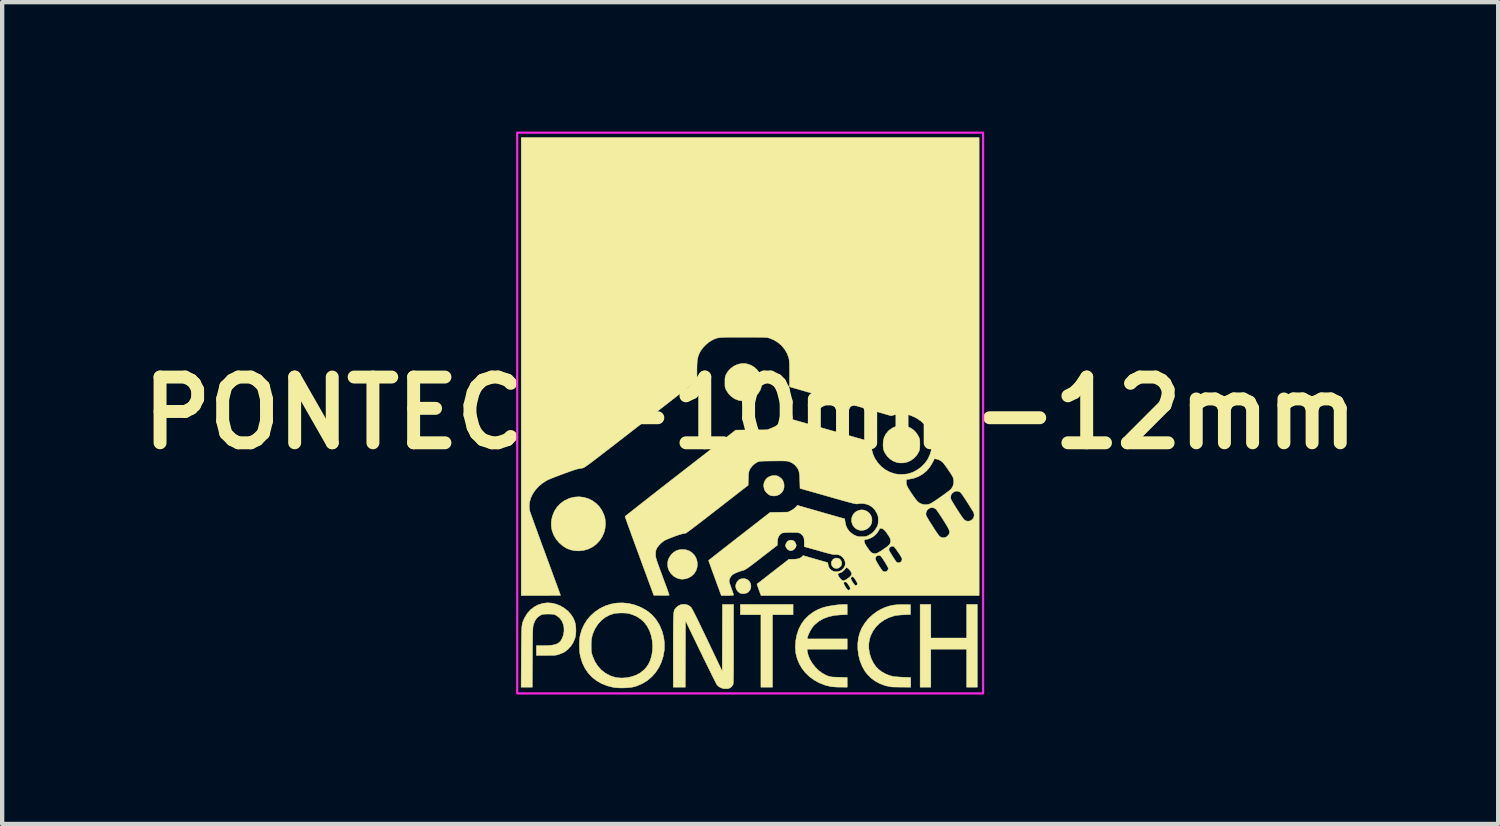
<source format=kicad_pcb>
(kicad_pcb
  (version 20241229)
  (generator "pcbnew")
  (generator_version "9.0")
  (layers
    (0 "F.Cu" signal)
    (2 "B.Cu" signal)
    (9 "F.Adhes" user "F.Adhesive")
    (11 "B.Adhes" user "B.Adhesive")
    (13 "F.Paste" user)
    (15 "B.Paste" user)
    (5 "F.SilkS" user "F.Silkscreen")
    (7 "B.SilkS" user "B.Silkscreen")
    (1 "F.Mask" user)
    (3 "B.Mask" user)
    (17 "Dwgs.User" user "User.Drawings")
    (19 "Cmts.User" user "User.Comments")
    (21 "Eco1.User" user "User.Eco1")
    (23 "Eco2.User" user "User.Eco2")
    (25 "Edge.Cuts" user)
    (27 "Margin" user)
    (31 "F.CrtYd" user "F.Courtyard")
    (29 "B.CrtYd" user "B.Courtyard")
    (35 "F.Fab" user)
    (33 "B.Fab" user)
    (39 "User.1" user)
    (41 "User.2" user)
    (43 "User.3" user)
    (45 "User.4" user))
  (footprint "PONTECH-10mm-12mm"
    (layer "F.Cu")
    (at 14.34 6.525)
    (property "Reference" "PONTECH-10mm-12mm" (at 0 0 0) (layer "F.SilkS") (effects (font (size 1.524 1.524) (thickness 0.3))))
    (attr through_hole)
    (fp_poly (pts (xy 0.995 4.676) (xy 0.518 4.676) (xy 0.518 6.355) (xy 0.249 6.355) (xy 0.249 4.676) (xy -0.228 4.676) (xy -0.228 4.437) (xy 0.995 4.437) (xy 0.995 4.676)) (stroke (width 0.01) (type solid)) (fill yes) (layer "F.SilkS"))
    (fp_poly (pts (xy 4.188 5.215) (xy 5.018 5.215) (xy 5.018 4.437) (xy 5.267 4.437) (xy 5.267 6.355) (xy 5.018 6.355) (xy 5.018 5.474) (xy 4.188 5.474) (xy 4.188 6.355) (xy 3.94 6.355) (xy 3.94 4.437) (xy 4.188 4.437) (xy 4.188 5.215)) (stroke (width 0.01) (type solid)) (fill yes) (layer "F.SilkS"))
    (fp_poly (pts (xy 2.037 3.365) (xy 2.078 3.385) (xy 2.107 3.422) (xy 2.108 3.425) (xy 2.124 3.473) (xy 2.121 3.514) (xy 2.099 3.552) (xy 2.092 3.561) (xy 2.051 3.592) (xy 2.005 3.603) (xy 1.963 3.597) (xy 1.925 3.576) (xy 1.897 3.542) (xy 1.882 3.501) (xy 1.882 3.459) (xy 1.89 3.435) (xy 1.92 3.393) (xy 1.959 3.369) (xy 1.988 3.362) (xy 2.037 3.365)) (stroke (width 0.01) (type solid)) (fill yes) (layer "F.SilkS"))
    (fp_poly (pts (xy 1.005 2.959) (xy 1.032 2.983) (xy 1.054 3.018) (xy 1.067 3.057) (xy 1.068 3.07) (xy 1.059 3.106) (xy 1.036 3.142) (xy 1.005 3.17) (xy 0.99 3.178) (xy 0.958 3.19) (xy 0.934 3.191) (xy 0.906 3.183) (xy 0.894 3.178) (xy 0.863 3.156) (xy 0.837 3.123) (xy 0.821 3.087) (xy 0.819 3.071) (xy 0.827 3.033) (xy 0.85 2.994) (xy 0.877 2.966) (xy 0.915 2.948) (xy 0.96 2.946) (xy 1.005 2.959)) (stroke (width 0.01) (type solid)) (fill yes) (layer "F.SilkS"))
    (fp_poly (pts (xy -0.117 3.842) (xy -0.072 3.857) (xy -0.068 3.859) (xy -0.024 3.895) (xy 0.005 3.942) (xy 0.018 3.994) (xy 0.016 4.048) (xy -0.002 4.099) (xy -0.035 4.143) (xy -0.054 4.159) (xy -0.094 4.177) (xy -0.142 4.187) (xy -0.192 4.186) (xy -0.234 4.175) (xy -0.245 4.169) (xy -0.292 4.129) (xy -0.323 4.08) (xy -0.336 4.027) (xy -0.331 3.972) (xy -0.309 3.92) (xy -0.269 3.873) (xy -0.256 3.863) (xy -0.217 3.845) (xy -0.168 3.838) (xy -0.117 3.842)) (stroke (width 0.01) (type solid)) (fill yes) (layer "F.SilkS"))
    (fp_poly (pts (xy 2.642 2.25) (xy 2.699 2.272) (xy 2.752 2.311) (xy 2.759 2.319) (xy 2.798 2.372) (xy 2.819 2.43) (xy 2.824 2.483) (xy 2.817 2.546) (xy 2.795 2.6) (xy 2.759 2.647) (xy 2.712 2.685) (xy 2.655 2.71) (xy 2.595 2.722) (xy 2.537 2.718) (xy 2.535 2.717) (xy 2.468 2.691) (xy 2.415 2.649) (xy 2.376 2.595) (xy 2.354 2.53) (xy 2.349 2.483) (xy 2.358 2.417) (xy 2.383 2.36) (xy 2.42 2.312) (xy 2.468 2.277) (xy 2.523 2.254) (xy 2.582 2.244) (xy 2.642 2.25)) (stroke (width 0.01) (type solid)) (fill yes) (layer "F.SilkS"))
    (fp_poly (pts (xy 0.599 1.45) (xy 0.632 1.458) (xy 0.665 1.475) (xy 0.67 1.478) (xy 0.726 1.521) (xy 0.762 1.572) (xy 0.782 1.632) (xy 0.786 1.667) (xy 0.785 1.729) (xy 0.772 1.779) (xy 0.745 1.825) (xy 0.731 1.843) (xy 0.683 1.885) (xy 0.624 1.912) (xy 0.559 1.923) (xy 0.493 1.917) (xy 0.476 1.913) (xy 0.423 1.886) (xy 0.376 1.844) (xy 0.339 1.792) (xy 0.326 1.761) (xy 0.313 1.692) (xy 0.319 1.628) (xy 0.342 1.569) (xy 0.379 1.519) (xy 0.43 1.48) (xy 0.491 1.456) (xy 0.557 1.448) (xy 0.599 1.45)) (stroke (width 0.01) (type solid)) (fill yes) (layer "F.SilkS"))
    (fp_poly (pts (xy -1.48 3.172) (xy -1.416 3.194) (xy -1.415 3.194) (xy -1.348 3.237) (xy -1.294 3.292) (xy -1.255 3.358) (xy -1.231 3.43) (xy -1.223 3.506) (xy -1.231 3.583) (xy -1.256 3.657) (xy -1.299 3.724) (xy -1.356 3.778) (xy -1.424 3.819) (xy -1.499 3.844) (xy -1.576 3.852) (xy -1.634 3.846) (xy -1.711 3.82) (xy -1.78 3.777) (xy -1.838 3.719) (xy -1.881 3.65) (xy -1.882 3.647) (xy -1.9 3.604) (xy -1.909 3.564) (xy -1.912 3.518) (xy -1.912 3.504) (xy -1.911 3.458) (xy -1.905 3.423) (xy -1.893 3.388) (xy -1.879 3.356) (xy -1.832 3.284) (xy -1.773 3.227) (xy -1.702 3.186) (xy -1.691 3.182) (xy -1.626 3.166) (xy -1.553 3.163) (xy -1.48 3.172)) (stroke (width 0.01) (type solid)) (fill yes) (layer "F.SilkS"))
    (fp_poly (pts (xy -3.86 1.953) (xy -3.759 1.982) (xy -3.664 2.027) (xy -3.578 2.088) (xy -3.503 2.162) (xy -3.441 2.25) (xy -3.393 2.349) (xy -3.368 2.426) (xy -3.357 2.501) (xy -3.355 2.586) (xy -3.363 2.671) (xy -3.38 2.749) (xy -3.384 2.761) (xy -3.43 2.867) (xy -3.491 2.96) (xy -3.566 3.04) (xy -3.653 3.104) (xy -3.75 3.152) (xy -3.856 3.183) (xy -3.968 3.196) (xy -4.064 3.191) (xy -4.165 3.171) (xy -4.259 3.134) (xy -4.346 3.078) (xy -4.428 3.007) (xy -4.501 2.92) (xy -4.556 2.825) (xy -4.593 2.723) (xy -4.611 2.618) (xy -4.609 2.509) (xy -4.588 2.401) (xy -4.547 2.294) (xy -4.536 2.272) (xy -4.475 2.178) (xy -4.399 2.098) (xy -4.309 2.033) (xy -4.207 1.983) (xy -4.183 1.974) (xy -4.074 1.948) (xy -3.966 1.941) (xy -3.86 1.953)) (stroke (width 0.01) (type solid)) (fill yes) (layer "F.SilkS"))
    (fp_poly (pts (xy -0.071 -1.14) (xy 0.016 -1.11) (xy 0.094 -1.064) (xy 0.161 -1.003) (xy 0.214 -0.932) (xy 0.252 -0.852) (xy 0.266 -0.793) (xy 0.271 -0.726) (xy 0.266 -0.652) (xy 0.252 -0.582) (xy 0.235 -0.534) (xy 0.192 -0.463) (xy 0.132 -0.398) (xy 0.062 -0.345) (xy -0.015 -0.306) (xy -0.063 -0.291) (xy -0.128 -0.282) (xy -0.198 -0.283) (xy -0.262 -0.293) (xy -0.27 -0.295) (xy -0.357 -0.329) (xy -0.435 -0.382) (xy -0.501 -0.448) (xy -0.551 -0.526) (xy -0.566 -0.558) (xy -0.576 -0.583) (xy -0.582 -0.608) (xy -0.585 -0.639) (xy -0.585 -0.682) (xy -0.585 -0.715) (xy -0.585 -0.77) (xy -0.583 -0.809) (xy -0.578 -0.839) (xy -0.57 -0.864) (xy -0.559 -0.892) (xy -0.513 -0.968) (xy -0.453 -1.032) (xy -0.382 -1.085) (xy -0.303 -1.123) (xy -0.219 -1.145) (xy -0.134 -1.149) (xy -0.071 -1.14)) (stroke (width 0.01) (type solid)) (fill yes) (layer "F.SilkS"))
    (fp_poly (pts (xy 3.564 0.295) (xy 3.648 0.314) (xy 3.726 0.35) (xy 3.797 0.401) (xy 3.858 0.468) (xy 3.901 0.539) (xy 3.916 0.57) (xy 3.925 0.595) (xy 3.931 0.621) (xy 3.933 0.653) (xy 3.934 0.697) (xy 3.934 0.726) (xy 3.933 0.78) (xy 3.931 0.819) (xy 3.926 0.849) (xy 3.919 0.875) (xy 3.907 0.902) (xy 3.86 0.981) (xy 3.798 1.047) (xy 3.726 1.099) (xy 3.645 1.136) (xy 3.558 1.155) (xy 3.468 1.157) (xy 3.406 1.147) (xy 3.32 1.115) (xy 3.243 1.066) (xy 3.177 1.002) (xy 3.125 0.925) (xy 3.12 0.915) (xy 3.102 0.876) (xy 3.091 0.842) (xy 3.085 0.805) (xy 3.081 0.756) (xy 3.081 0.751) (xy 3.085 0.652) (xy 3.106 0.565) (xy 3.144 0.488) (xy 3.201 0.419) (xy 3.235 0.388) (xy 3.312 0.338) (xy 3.394 0.306) (xy 3.479 0.292) (xy 3.564 0.295)) (stroke (width 0.01) (type solid)) (fill yes) (layer "F.SilkS"))
    (fp_poly (pts (xy 3.587 4.439) (xy 3.717 4.442) (xy 3.717 4.67) (xy 3.561 4.677) (xy 3.485 4.681) (xy 3.418 4.688) (xy 3.364 4.696) (xy 3.338 4.701) (xy 3.212 4.744) (xy 3.099 4.802) (xy 3 4.873) (xy 2.915 4.958) (xy 2.846 5.054) (xy 2.794 5.161) (xy 2.767 5.243) (xy 2.75 5.352) (xy 2.751 5.465) (xy 2.77 5.578) (xy 2.805 5.689) (xy 2.856 5.793) (xy 2.92 5.885) (xy 2.978 5.943) (xy 3.051 5.998) (xy 3.135 6.045) (xy 3.222 6.081) (xy 3.292 6.101) (xy 3.327 6.107) (xy 3.378 6.113) (xy 3.439 6.118) (xy 3.504 6.122) (xy 3.543 6.124) (xy 3.722 6.13) (xy 3.722 6.355) (xy 3.512 6.354) (xy 3.446 6.353) (xy 3.385 6.352) (xy 3.334 6.351) (xy 3.295 6.35) (xy 3.273 6.348) (xy 3.271 6.348) (xy 3.141 6.322) (xy 3.018 6.278) (xy 2.904 6.218) (xy 2.802 6.143) (xy 2.714 6.054) (xy 2.659 5.982) (xy 2.595 5.868) (xy 2.546 5.743) (xy 2.513 5.612) (xy 2.496 5.477) (xy 2.495 5.341) (xy 2.511 5.21) (xy 2.54 5.1) (xy 2.59 4.981) (xy 2.659 4.869) (xy 2.743 4.765) (xy 2.842 4.673) (xy 2.952 4.593) (xy 3.042 4.543) (xy 3.136 4.502) (xy 3.229 4.472) (xy 3.326 4.452) (xy 3.432 4.441) (xy 3.552 4.439) (xy 3.587 4.439)) (stroke (width 0.01) (type solid)) (fill yes) (layer "F.SilkS"))
    (fp_poly (pts (xy 2.25 4.673) (xy 2.102 4.678) (xy 1.955 4.691) (xy 1.822 4.72) (xy 1.702 4.764) (xy 1.596 4.824) (xy 1.504 4.899) (xy 1.467 4.937) (xy 1.436 4.978) (xy 1.404 5.029) (xy 1.374 5.084) (xy 1.35 5.138) (xy 1.334 5.183) (xy 1.331 5.197) (xy 1.325 5.236) (xy 2.25 5.236) (xy 2.25 5.474) (xy 1.319 5.474) (xy 1.324 5.518) (xy 1.345 5.613) (xy 1.384 5.708) (xy 1.439 5.8) (xy 1.506 5.887) (xy 1.583 5.964) (xy 1.669 6.029) (xy 1.759 6.079) (xy 1.798 6.094) (xy 1.827 6.104) (xy 1.854 6.111) (xy 1.884 6.116) (xy 1.921 6.12) (xy 1.97 6.122) (xy 2.033 6.124) (xy 2.061 6.125) (xy 2.25 6.13) (xy 2.25 6.355) (xy 2.092 6.354) (xy 2.03 6.353) (xy 1.969 6.35) (xy 1.916 6.346) (xy 1.875 6.342) (xy 1.866 6.34) (xy 1.729 6.306) (xy 1.6 6.255) (xy 1.482 6.189) (xy 1.375 6.111) (xy 1.281 6.02) (xy 1.201 5.919) (xy 1.137 5.809) (xy 1.089 5.691) (xy 1.058 5.567) (xy 1.047 5.438) (xy 1.047 5.429) (xy 1.056 5.279) (xy 1.083 5.14) (xy 1.126 5.011) (xy 1.186 4.893) (xy 1.262 4.787) (xy 1.354 4.695) (xy 1.461 4.616) (xy 1.538 4.572) (xy 1.59 4.548) (xy 1.648 4.524) (xy 1.701 4.506) (xy 1.704 4.505) (xy 1.764 4.49) (xy 1.838 4.474) (xy 1.921 4.461) (xy 2.004 4.449) (xy 2.082 4.441) (xy 2.149 4.437) (xy 2.164 4.437) (xy 2.25 4.437) (xy 2.25 4.673)) (stroke (width 0.01) (type solid)) (fill yes) (layer "F.SilkS"))
    (fp_poly (pts (xy -1.478 4.439) (xy -1.426 4.46) (xy -1.375 4.499) (xy -1.373 4.501) (xy -1.363 4.514) (xy -1.348 4.539) (xy -1.327 4.577) (xy -1.3 4.629) (xy -1.266 4.696) (xy -1.225 4.778) (xy -1.177 4.877) (xy -1.122 4.992) (xy -1.058 5.124) (xy -0.994 5.258) (xy -0.648 5.985) (xy -0.643 4.437) (xy -0.384 4.437) (xy -0.384 5.35) (xy -0.384 5.513) (xy -0.384 5.657) (xy -0.384 5.782) (xy -0.385 5.891) (xy -0.385 5.983) (xy -0.386 6.061) (xy -0.387 6.125) (xy -0.388 6.177) (xy -0.389 6.218) (xy -0.391 6.25) (xy -0.393 6.272) (xy -0.395 6.287) (xy -0.398 6.296) (xy -0.428 6.343) (xy -0.472 6.375) (xy -0.528 6.391) (xy -0.594 6.391) (xy -0.623 6.387) (xy -0.682 6.368) (xy -0.734 6.336) (xy -0.768 6.303) (xy -0.777 6.288) (xy -0.794 6.256) (xy -0.818 6.208) (xy -0.85 6.146) (xy -0.887 6.072) (xy -0.929 5.986) (xy -0.976 5.891) (xy -1.027 5.788) (xy -1.081 5.678) (xy -1.136 5.563) (xy -1.147 5.542) (xy -1.498 4.816) (xy -1.501 5.586) (xy -1.503 6.355) (xy -1.783 6.355) (xy -1.783 5.507) (xy -1.783 5.348) (xy -1.783 5.209) (xy -1.783 5.087) (xy -1.782 4.982) (xy -1.782 4.892) (xy -1.78 4.817) (xy -1.779 4.754) (xy -1.776 4.701) (xy -1.773 4.659) (xy -1.77 4.625) (xy -1.765 4.598) (xy -1.759 4.577) (xy -1.753 4.56) (xy -1.745 4.547) (xy -1.736 4.534) (xy -1.726 4.522) (xy -1.719 4.514) (xy -1.667 4.469) (xy -1.606 4.442) (xy -1.54 4.433) (xy -1.478 4.439)) (stroke (width 0.01) (type solid)) (fill yes) (layer "F.SilkS"))
    (fp_poly (pts (xy -4.595 4.406) (xy -4.493 4.431) (xy -4.395 4.472) (xy -4.304 4.526) (xy -4.222 4.594) (xy -4.152 4.672) (xy -4.097 4.759) (xy -4.062 4.846) (xy -4.047 4.911) (xy -4.04 4.987) (xy -4.039 5.067) (xy -4.044 5.143) (xy -4.057 5.207) (xy -4.058 5.21) (xy -4.098 5.311) (xy -4.155 5.402) (xy -4.228 5.481) (xy -4.289 5.529) (xy -4.32 5.547) (xy -4.362 5.567) (xy -4.408 5.585) (xy -4.418 5.589) (xy -4.447 5.599) (xy -4.472 5.606) (xy -4.497 5.611) (xy -4.524 5.615) (xy -4.558 5.617) (xy -4.603 5.618) (xy -4.661 5.619) (xy -4.73 5.619) (xy -4.956 5.619) (xy -4.956 5.391) (xy -4.789 5.391) (xy -4.685 5.389) (xy -4.598 5.382) (xy -4.528 5.368) (xy -4.471 5.348) (xy -4.426 5.318) (xy -4.39 5.279) (xy -4.361 5.229) (xy -4.337 5.166) (xy -4.33 5.143) (xy -4.315 5.059) (xy -4.317 4.969) (xy -4.329 4.909) (xy -4.359 4.829) (xy -4.406 4.762) (xy -4.468 4.708) (xy -4.509 4.684) (xy -4.532 4.674) (xy -4.556 4.667) (xy -4.586 4.663) (xy -4.627 4.661) (xy -4.681 4.66) (xy -4.736 4.661) (xy -4.776 4.663) (xy -4.806 4.666) (xy -4.829 4.673) (xy -4.852 4.683) (xy -4.91 4.719) (xy -4.955 4.763) (xy -4.991 4.821) (xy -5.02 4.896) (xy -5.024 4.909) (xy -5.028 4.923) (xy -5.031 4.939) (xy -5.034 4.959) (xy -5.036 4.985) (xy -5.038 5.017) (xy -5.039 5.058) (xy -5.041 5.11) (xy -5.042 5.173) (xy -5.043 5.25) (xy -5.044 5.341) (xy -5.045 5.449) (xy -5.046 5.576) (xy -5.046 5.663) (xy -5.05 6.355) (xy -5.31 6.355) (xy -5.306 5.653) (xy -5.305 5.51) (xy -5.304 5.386) (xy -5.303 5.28) (xy -5.302 5.189) (xy -5.3 5.113) (xy -5.298 5.049) (xy -5.296 4.995) (xy -5.292 4.951) (xy -5.287 4.914) (xy -5.282 4.882) (xy -5.275 4.855) (xy -5.266 4.83) (xy -5.256 4.806) (xy -5.244 4.78) (xy -5.23 4.752) (xy -5.224 4.739) (xy -5.166 4.644) (xy -5.093 4.562) (xy -5.007 4.495) (xy -4.909 4.444) (xy -4.803 4.411) (xy -4.8 4.41) (xy -4.698 4.399) (xy -4.595 4.406)) (stroke (width 0.01) (type solid)) (fill yes) (layer "F.SilkS"))
    (fp_poly (pts (xy -2.822 4.413) (xy -2.683 4.446) (xy -2.547 4.498) (xy -2.488 4.527) (xy -2.371 4.598) (xy -2.271 4.683) (xy -2.185 4.782) (xy -2.112 4.897) (xy -2.095 4.93) (xy -2.041 5.058) (xy -2.005 5.193) (xy -1.987 5.33) (xy -1.988 5.465) (xy -1.99 5.495) (xy -2.016 5.64) (xy -2.059 5.776) (xy -2.118 5.901) (xy -2.192 6.014) (xy -2.281 6.114) (xy -2.382 6.2) (xy -2.497 6.27) (xy -2.623 6.325) (xy -2.693 6.346) (xy -2.752 6.358) (xy -2.826 6.366) (xy -2.907 6.371) (xy -2.991 6.373) (xy -3.071 6.37) (xy -3.141 6.364) (xy -3.167 6.36) (xy -3.311 6.324) (xy -3.443 6.272) (xy -3.561 6.205) (xy -3.665 6.123) (xy -3.755 6.026) (xy -3.83 5.916) (xy -3.889 5.793) (xy -3.931 5.658) (xy -3.945 5.591) (xy -3.954 5.526) (xy -3.958 5.449) (xy -3.959 5.396) (xy -3.685 5.396) (xy -3.684 5.456) (xy -3.683 5.5) (xy -3.679 5.535) (xy -3.673 5.567) (xy -3.664 5.601) (xy -3.651 5.64) (xy -3.601 5.757) (xy -3.535 5.861) (xy -3.456 5.951) (xy -3.363 6.025) (xy -3.258 6.084) (xy -3.188 6.111) (xy -3.088 6.135) (xy -2.978 6.143) (xy -2.862 6.135) (xy -2.765 6.116) (xy -2.653 6.079) (xy -2.553 6.027) (xy -2.465 5.957) (xy -2.418 5.909) (xy -2.361 5.829) (xy -2.316 5.735) (xy -2.285 5.631) (xy -2.266 5.519) (xy -2.261 5.402) (xy -2.269 5.284) (xy -2.292 5.167) (xy -2.329 5.055) (xy -2.332 5.048) (xy -2.386 4.942) (xy -2.456 4.851) (xy -2.54 4.774) (xy -2.637 4.712) (xy -2.746 4.667) (xy -2.828 4.645) (xy -2.881 4.638) (xy -2.946 4.635) (xy -3.016 4.635) (xy -3.084 4.639) (xy -3.142 4.646) (xy -3.161 4.65) (xy -3.267 4.686) (xy -3.365 4.739) (xy -3.453 4.81) (xy -3.53 4.896) (xy -3.594 4.996) (xy -3.607 5.023) (xy -3.638 5.092) (xy -3.66 5.155) (xy -3.674 5.22) (xy -3.682 5.291) (xy -3.685 5.374) (xy -3.685 5.396) (xy -3.959 5.396) (xy -3.96 5.367) (xy -3.957 5.287) (xy -3.951 5.215) (xy -3.944 5.165) (xy -3.906 5.03) (xy -3.849 4.905) (xy -3.775 4.789) (xy -3.703 4.704) (xy -3.598 4.609) (xy -3.483 4.531) (xy -3.36 4.471) (xy -3.231 4.429) (xy -3.097 4.405) (xy -2.96 4.4) (xy -2.822 4.413)) (stroke (width 0.01) (type solid)) (fill yes) (layer "F.SilkS"))
    (fp_poly (pts (xy 5.308 4.23) (xy 0.252 4.23) (xy 0.203 4.099) (xy 0.186 4.051) (xy 0.172 4.01) (xy 0.162 3.981) (xy 0.158 3.966) (xy 0.158 3.965) (xy 0.166 3.958) (xy 0.19 3.94) (xy 0.191 3.939) (xy 2.168 3.939) (xy 2.176 3.971) (xy 2.199 4.015) (xy 2.199 4.015) (xy 2.23 4.062) (xy 2.255 4.092) (xy 2.275 4.106) (xy 2.293 4.105) (xy 2.31 4.093) (xy 2.32 4.078) (xy 2.32 4.059) (xy 2.309 4.032) (xy 2.287 3.994) (xy 2.278 3.981) (xy 2.254 3.946) (xy 2.237 3.926) (xy 2.221 3.916) (xy 2.203 3.914) (xy 2.203 3.914) (xy 2.178 3.92) (xy 2.168 3.939) (xy 0.191 3.939) (xy 0.226 3.912) (xy 0.274 3.875) (xy 0.331 3.83) (xy 0.397 3.779) (xy 0.461 3.729) (xy 2.035 3.729) (xy 2.036 3.752) (xy 2.049 3.783) (xy 2.071 3.816) (xy 2.098 3.848) (xy 2.127 3.873) (xy 2.152 3.887) (xy 2.159 3.888) (xy 2.181 3.882) (xy 2.212 3.867) (xy 2.247 3.847) (xy 2.248 3.846) (xy 2.266 3.832) (xy 2.333 3.832) (xy 2.338 3.854) (xy 2.353 3.884) (xy 2.374 3.919) (xy 2.397 3.953) (xy 2.419 3.981) (xy 2.437 3.998) (xy 2.445 4.002) (xy 2.455 3.998) (xy 2.468 3.991) (xy 2.484 3.974) (xy 2.488 3.959) (xy 2.483 3.94) (xy 2.468 3.911) (xy 2.449 3.877) (xy 2.426 3.844) (xy 2.405 3.816) (xy 2.388 3.798) (xy 2.38 3.794) (xy 2.349 3.801) (xy 2.334 3.821) (xy 2.333 3.832) (xy 2.266 3.832) (xy 2.302 3.806) (xy 2.336 3.771) (xy 2.352 3.74) (xy 2.353 3.727) (xy 2.348 3.702) (xy 2.332 3.674) (xy 2.311 3.644) (xy 2.286 3.617) (xy 2.261 3.595) (xy 2.239 3.583) (xy 2.224 3.583) (xy 2.22 3.589) (xy 2.211 3.603) (xy 2.192 3.626) (xy 2.174 3.646) (xy 2.131 3.684) (xy 2.087 3.704) (xy 2.086 3.704) (xy 2.057 3.714) (xy 2.038 3.725) (xy 2.035 3.729) (xy 0.461 3.729) (xy 0.469 3.723) (xy 0.529 3.676) (xy 0.897 3.39) (xy 0.983 3.39) (xy 1.058 3.387) (xy 1.117 3.377) (xy 1.163 3.359) (xy 1.195 3.336) (xy 1.229 3.304) (xy 1.514 3.386) (xy 1.799 3.468) (xy 1.805 3.509) (xy 1.822 3.572) (xy 1.855 3.621) (xy 1.9 3.656) (xy 1.954 3.676) (xy 2.016 3.678) (xy 2.082 3.662) (xy 2.083 3.662) (xy 2.129 3.634) (xy 2.168 3.593) (xy 2.195 3.545) (xy 2.203 3.516) (xy 2.203 3.458) (xy 2.186 3.403) (xy 2.156 3.357) (xy 2.903 3.357) (xy 2.905 3.383) (xy 2.916 3.417) (xy 2.939 3.462) (xy 2.974 3.52) (xy 2.981 3.531) (xy 3.01 3.577) (xy 3.037 3.617) (xy 3.059 3.647) (xy 3.074 3.665) (xy 3.076 3.667) (xy 3.109 3.68) (xy 3.145 3.677) (xy 3.176 3.659) (xy 3.182 3.653) (xy 3.197 3.627) (xy 3.204 3.603) (xy 3.204 3.603) (xy 3.198 3.586) (xy 3.183 3.556) (xy 3.161 3.517) (xy 3.135 3.473) (xy 3.107 3.428) (xy 3.079 3.385) (xy 3.054 3.349) (xy 3.034 3.323) (xy 3.026 3.315) (xy 2.993 3.299) (xy 2.957 3.303) (xy 2.93 3.318) (xy 2.912 3.336) (xy 2.903 3.357) (xy 2.156 3.357) (xy 2.154 3.354) (xy 2.111 3.315) (xy 2.059 3.289) (xy 2.003 3.279) (xy 1.97 3.281) (xy 1.955 3.282) (xy 1.933 3.28) (xy 1.903 3.275) (xy 1.862 3.265) (xy 1.808 3.252) (xy 1.74 3.234) (xy 1.655 3.21) (xy 1.592 3.192) (xy 1.254 3.097) (xy 1.254 3.006) (xy 1.253 2.962) (xy 2.644 2.962) (xy 2.648 2.992) (xy 2.662 3.029) (xy 2.688 3.075) (xy 2.726 3.132) (xy 2.732 3.14) (xy 2.764 3.185) (xy 2.79 3.215) (xy 2.814 3.235) (xy 2.839 3.248) (xy 2.861 3.255) (xy 2.886 3.26) (xy 2.912 3.258) (xy 2.942 3.248) (xy 2.98 3.229) (xy 3.029 3.199) (xy 3.082 3.164) (xy 3.102 3.15) (xy 3.217 3.15) (xy 3.218 3.176) (xy 3.226 3.194) (xy 3.243 3.226) (xy 3.267 3.265) (xy 3.294 3.31) (xy 3.323 3.355) (xy 3.351 3.397) (xy 3.374 3.431) (xy 3.392 3.454) (xy 3.398 3.46) (xy 3.429 3.472) (xy 3.464 3.468) (xy 3.492 3.452) (xy 3.516 3.419) (xy 3.521 3.383) (xy 3.514 3.357) (xy 3.49 3.316) (xy 3.461 3.269) (xy 3.429 3.222) (xy 3.397 3.177) (xy 3.368 3.137) (xy 3.343 3.108) (xy 3.326 3.091) (xy 3.323 3.09) (xy 3.289 3.086) (xy 3.257 3.098) (xy 3.231 3.121) (xy 3.217 3.15) (xy 3.102 3.15) (xy 3.144 3.121) (xy 3.189 3.087) (xy 3.22 3.057) (xy 3.241 3.03) (xy 3.251 3.002) (xy 3.255 2.973) (xy 3.255 2.966) (xy 3.253 2.938) (xy 3.246 2.91) (xy 3.232 2.88) (xy 3.208 2.841) (xy 3.178 2.797) (xy 3.142 2.747) (xy 3.111 2.712) (xy 3.083 2.69) (xy 3.054 2.678) (xy 3.044 2.675) (xy 3.023 2.671) (xy 3.01 2.674) (xy 2.998 2.688) (xy 2.984 2.716) (xy 2.982 2.72) (xy 2.939 2.786) (xy 2.881 2.844) (xy 2.812 2.89) (xy 2.738 2.92) (xy 2.693 2.93) (xy 2.663 2.935) (xy 2.648 2.943) (xy 2.644 2.956) (xy 2.644 2.962) (xy 1.253 2.962) (xy 1.253 2.946) (xy 1.247 2.902) (xy 1.235 2.869) (xy 1.216 2.84) (xy 1.205 2.827) (xy 1.184 2.806) (xy 1.163 2.791) (xy 1.14 2.781) (xy 1.11 2.774) (xy 1.07 2.77) (xy 1.016 2.768) (xy 0.95 2.768) (xy 0.888 2.769) (xy 0.833 2.771) (xy 0.789 2.773) (xy 0.759 2.777) (xy 0.75 2.779) (xy 0.701 2.808) (xy 0.664 2.853) (xy 0.641 2.913) (xy 0.632 2.986) (xy 0.632 2.991) (xy 0.631 3.064) (xy 0.264 3.348) (xy 0.176 3.416) (xy 0.102 3.473) (xy 0.041 3.519) (xy -0.008 3.556) (xy -0.048 3.584) (xy -0.079 3.606) (xy -0.105 3.622) (xy -0.126 3.634) (xy -0.144 3.641) (xy -0.16 3.647) (xy -0.168 3.649) (xy -0.236 3.669) (xy -0.3 3.693) (xy -0.356 3.717) (xy -0.399 3.741) (xy -0.409 3.748) (xy -0.442 3.782) (xy -0.468 3.826) (xy -0.485 3.871) (xy -0.487 3.895) (xy -0.484 3.915) (xy -0.474 3.951) (xy -0.459 3.997) (xy -0.441 4.049) (xy -0.435 4.065) (xy -0.417 4.116) (xy -0.401 4.16) (xy -0.39 4.194) (xy -0.384 4.214) (xy -0.384 4.217) (xy -0.389 4.222) (xy -0.407 4.226) (xy -0.44 4.229) (xy -0.49 4.23) (xy -0.526 4.23) (xy -0.669 4.23) (xy -0.817 3.827) (xy -0.848 3.74) (xy -0.878 3.66) (xy -0.904 3.587) (xy -0.926 3.525) (xy -0.944 3.475) (xy -0.957 3.44) (xy -0.963 3.421) (xy -0.964 3.418) (xy -0.956 3.411) (xy -0.933 3.392) (xy -0.896 3.362) (xy -0.846 3.323) (xy -0.784 3.274) (xy -0.711 3.217) (xy -0.63 3.153) (xy -0.54 3.083) (xy -0.443 3.008) (xy -0.341 2.928) (xy -0.251 2.858) (xy 0.463 2.303) (xy 0.67 2.3) (xy 0.877 2.296) (xy 0.946 2.262) (xy 0.995 2.233) (xy 1.039 2.199) (xy 1.054 2.183) (xy 1.094 2.139) (xy 1.643 2.296) (xy 2.193 2.453) (xy 2.199 2.509) (xy 2.218 2.602) (xy 2.254 2.682) (xy 2.306 2.75) (xy 2.375 2.806) (xy 2.426 2.834) (xy 2.462 2.85) (xy 2.492 2.86) (xy 2.525 2.865) (xy 2.568 2.866) (xy 2.587 2.867) (xy 2.635 2.866) (xy 2.67 2.862) (xy 2.7 2.854) (xy 2.734 2.841) (xy 2.747 2.834) (xy 2.825 2.786) (xy 2.888 2.723) (xy 2.937 2.645) (xy 2.938 2.644) (xy 2.954 2.608) (xy 2.964 2.578) (xy 2.968 2.546) (xy 2.97 2.503) (xy 2.97 2.483) (xy 2.969 2.435) (xy 2.966 2.4) (xy 2.958 2.37) (xy 2.946 2.341) (xy 4.074 2.341) (xy 4.076 2.356) (xy 4.081 2.374) (xy 4.091 2.397) (xy 4.108 2.428) (xy 4.132 2.469) (xy 4.164 2.522) (xy 4.207 2.589) (xy 4.222 2.613) (xy 4.276 2.698) (xy 4.321 2.764) (xy 4.357 2.815) (xy 4.384 2.849) (xy 4.403 2.868) (xy 4.405 2.869) (xy 4.452 2.889) (xy 4.502 2.89) (xy 4.549 2.872) (xy 4.578 2.848) (xy 4.603 2.819) (xy 4.604 2.817) (xy 4.615 2.796) (xy 4.622 2.775) (xy 4.623 2.752) (xy 4.616 2.724) (xy 4.602 2.69) (xy 4.58 2.647) (xy 4.548 2.592) (xy 4.506 2.524) (xy 4.476 2.476) (xy 4.436 2.414) (xy 4.399 2.357) (xy 4.365 2.307) (xy 4.338 2.268) (xy 4.319 2.241) (xy 4.31 2.231) (xy 4.267 2.203) (xy 4.221 2.193) (xy 4.176 2.199) (xy 4.135 2.22) (xy 4.102 2.253) (xy 4.081 2.297) (xy 4.074 2.341) (xy 2.946 2.341) (xy 2.944 2.338) (xy 2.937 2.322) (xy 2.891 2.245) (xy 2.835 2.185) (xy 2.767 2.14) (xy 2.709 2.116) (xy 2.623 2.097) (xy 2.538 2.097) (xy 2.495 2.105) (xy 2.486 2.107) (xy 2.474 2.107) (xy 2.459 2.107) (xy 2.44 2.104) (xy 2.414 2.099) (xy 2.38 2.091) (xy 2.337 2.08) (xy 2.284 2.066) (xy 2.217 2.048) (xy 2.137 2.026) (xy 2.042 1.999) (xy 1.929 1.967) (xy 1.804 1.931) (xy 1.156 1.747) (xy 1.152 1.619) (xy 3.62 1.619) (xy 3.624 1.65) (xy 3.635 1.684) (xy 3.653 1.723) (xy 3.681 1.77) (xy 3.719 1.829) (xy 3.739 1.86) (xy 3.785 1.927) (xy 3.822 1.979) (xy 3.853 2.019) (xy 3.879 2.048) (xy 3.904 2.07) (xy 3.929 2.087) (xy 3.955 2.101) (xy 4.016 2.12) (xy 4.082 2.124) (xy 4.148 2.112) (xy 4.186 2.097) (xy 4.218 2.078) (xy 4.261 2.051) (xy 4.313 2.017) (xy 4.37 1.978) (xy 4.429 1.936) (xy 4.431 1.935) (xy 4.648 1.935) (xy 4.651 1.985) (xy 4.664 2.017) (xy 4.675 2.038) (xy 4.696 2.073) (xy 4.725 2.119) (xy 4.758 2.173) (xy 4.795 2.232) (xy 4.813 2.26) (xy 4.866 2.342) (xy 4.91 2.406) (xy 4.944 2.452) (xy 4.968 2.479) (xy 4.976 2.486) (xy 5.023 2.505) (xy 5.074 2.506) (xy 5.121 2.49) (xy 5.159 2.458) (xy 5.184 2.416) (xy 5.193 2.367) (xy 5.185 2.317) (xy 5.178 2.3) (xy 5.168 2.283) (xy 5.148 2.25) (xy 5.121 2.207) (xy 5.088 2.154) (xy 5.051 2.095) (xy 5.026 2.057) (xy 4.975 1.978) (xy 4.933 1.915) (xy 4.899 1.869) (xy 4.876 1.841) (xy 4.864 1.831) (xy 4.817 1.813) (xy 4.776 1.81) (xy 4.738 1.821) (xy 4.693 1.849) (xy 4.662 1.888) (xy 4.648 1.935) (xy 4.431 1.935) (xy 4.488 1.894) (xy 4.543 1.854) (xy 4.591 1.818) (xy 4.629 1.788) (xy 4.654 1.766) (xy 4.66 1.76) (xy 4.696 1.703) (xy 4.716 1.638) (xy 4.72 1.57) (xy 4.707 1.504) (xy 4.694 1.474) (xy 4.676 1.442) (xy 4.649 1.4) (xy 4.616 1.35) (xy 4.58 1.298) (xy 4.544 1.246) (xy 4.511 1.201) (xy 4.483 1.164) (xy 4.465 1.143) (xy 4.418 1.106) (xy 4.36 1.078) (xy 4.31 1.065) (xy 4.272 1.059) (xy 4.23 1.145) (xy 4.168 1.248) (xy 4.093 1.338) (xy 4.004 1.412) (xy 3.905 1.47) (xy 3.797 1.511) (xy 3.687 1.533) (xy 3.623 1.54) (xy 3.62 1.586) (xy 3.62 1.619) (xy 1.152 1.619) (xy 1.15 1.565) (xy 1.147 1.487) (xy 1.143 1.426) (xy 1.136 1.378) (xy 1.127 1.34) (xy 1.114 1.307) (xy 1.096 1.277) (xy 1.078 1.252) (xy 1.034 1.202) (xy 0.988 1.166) (xy 0.931 1.137) (xy 0.922 1.133) (xy 0.904 1.126) (xy 0.888 1.121) (xy 0.87 1.117) (xy 0.848 1.114) (xy 0.82 1.112) (xy 0.783 1.111) (xy 0.734 1.11) (xy 0.671 1.11) (xy 0.591 1.111) (xy 0.536 1.111) (xy 0.446 1.112) (xy 0.374 1.113) (xy 0.317 1.114) (xy 0.274 1.116) (xy 0.241 1.118) (xy 0.217 1.121) (xy 0.199 1.125) (xy 0.184 1.13) (xy 0.169 1.136) (xy 0.161 1.14) (xy 0.102 1.178) (xy 0.047 1.229) (xy 0.003 1.286) (xy -0.011 1.311) (xy -0.021 1.334) (xy -0.028 1.357) (xy -0.033 1.384) (xy -0.037 1.42) (xy -0.04 1.47) (xy -0.041 1.519) (xy -0.047 1.674) (xy -0.757 2.226) (xy -0.864 2.309) (xy -0.966 2.388) (xy -1.063 2.463) (xy -1.152 2.532) (xy -1.234 2.595) (xy -1.307 2.65) (xy -1.369 2.697) (xy -1.419 2.734) (xy -1.457 2.762) (xy -1.48 2.778) (xy -1.488 2.783) (xy -1.509 2.787) (xy -1.542 2.794) (xy -1.567 2.799) (xy -1.605 2.809) (xy -1.657 2.825) (xy -1.718 2.846) (xy -1.782 2.87) (xy -1.847 2.895) (xy -1.906 2.919) (xy -1.956 2.941) (xy -1.992 2.959) (xy -1.999 2.964) (xy -2.053 3.005) (xy -2.105 3.056) (xy -2.149 3.111) (xy -2.168 3.142) (xy -2.181 3.173) (xy -2.189 3.205) (xy -2.192 3.247) (xy -2.192 3.271) (xy -2.192 3.291) (xy -2.191 3.31) (xy -2.189 3.33) (xy -2.185 3.352) (xy -2.178 3.378) (xy -2.168 3.412) (xy -2.154 3.454) (xy -2.135 3.506) (xy -2.112 3.572) (xy -2.082 3.652) (xy -2.046 3.75) (xy -2.035 3.78) (xy -2.002 3.87) (xy -1.971 3.953) (xy -1.943 4.029) (xy -1.919 4.095) (xy -1.9 4.149) (xy -1.886 4.189) (xy -1.878 4.213) (xy -1.876 4.219) (xy -1.884 4.223) (xy -1.906 4.226) (xy -1.945 4.228) (xy -2.002 4.228) (xy -2.055 4.228) (xy -2.234 4.225) (xy -2.568 3.318) (xy -2.616 3.186) (xy -2.663 3.06) (xy -2.706 2.941) (xy -2.747 2.83) (xy -2.783 2.729) (xy -2.816 2.639) (xy -2.844 2.561) (xy -2.867 2.496) (xy -2.884 2.447) (xy -2.895 2.414) (xy -2.9 2.399) (xy -2.9 2.398) (xy -2.892 2.39) (xy -2.868 2.37) (xy -2.829 2.339) (xy -2.777 2.298) (xy -2.712 2.246) (xy -2.635 2.186) (xy -2.547 2.116) (xy -2.448 2.039) (xy -2.341 1.955) (xy -2.224 1.864) (xy -2.101 1.767) (xy -1.97 1.665) (xy -1.834 1.559) (xy -1.692 1.449) (xy -1.616 1.39) (xy -0.335 0.395) (xy 0.027 0.392) (xy 0.389 0.389) (xy 0.472 0.36) (xy 0.578 0.312) (xy 0.673 0.248) (xy 0.751 0.174) (xy 0.816 0.103) (xy 1.81 0.386) (xy 2.804 0.669) (xy 2.81 0.762) (xy 2.822 0.862) (xy 2.846 0.95) (xy 2.882 1.034) (xy 2.889 1.047) (xy 2.957 1.151) (xy 3.038 1.24) (xy 3.131 1.312) (xy 3.234 1.368) (xy 3.347 1.406) (xy 3.364 1.41) (xy 3.425 1.419) (xy 3.497 1.422) (xy 3.572 1.419) (xy 3.641 1.412) (xy 3.675 1.405) (xy 3.777 1.37) (xy 3.875 1.317) (xy 3.965 1.251) (xy 4.044 1.172) (xy 4.108 1.085) (xy 4.134 1.037) (xy 4.171 0.952) (xy 4.195 0.873) (xy 4.206 0.792) (xy 4.207 0.702) (xy 4.207 0.695) (xy 4.192 0.575) (xy 4.158 0.462) (xy 4.108 0.359) (xy 4.041 0.266) (xy 3.958 0.187) (xy 3.862 0.121) (xy 3.824 0.101) (xy 3.776 0.079) (xy 3.728 0.059) (xy 3.686 0.045) (xy 3.67 0.04) (xy 3.616 0.031) (xy 3.551 0.027) (xy 3.48 0.027) (xy 3.412 0.032) (xy 3.354 0.04) (xy 3.332 0.046) (xy 3.269 0.064) (xy 2.114 -0.265) (xy 1.964 -0.308) (xy 1.818 -0.349) (xy 1.68 -0.389) (xy 1.549 -0.426) (xy 1.427 -0.461) (xy 1.316 -0.492) (xy 1.217 -0.521) (xy 1.13 -0.546) (xy 1.058 -0.567) (xy 1.001 -0.583) (xy 0.961 -0.595) (xy 0.939 -0.601) (xy 0.936 -0.602) (xy 0.912 -0.611) (xy 0.912 -0.91) (xy 0.912 -1.005) (xy 0.911 -1.082) (xy 0.91 -1.143) (xy 0.907 -1.191) (xy 0.904 -1.227) (xy 0.9 -1.256) (xy 0.897 -1.27) (xy 0.86 -1.375) (xy 0.805 -1.471) (xy 0.734 -1.558) (xy 0.65 -1.632) (xy 0.553 -1.692) (xy 0.447 -1.736) (xy 0.441 -1.738) (xy 0.425 -1.742) (xy 0.409 -1.746) (xy 0.388 -1.749) (xy 0.363 -1.751) (xy 0.33 -1.753) (xy 0.289 -1.755) (xy 0.236 -1.756) (xy 0.171 -1.756) (xy 0.092 -1.757) (xy -0.004 -1.757) (xy -0.119 -1.757) (xy -0.161 -1.757) (xy -0.286 -1.757) (xy -0.392 -1.757) (xy -0.482 -1.757) (xy -0.557 -1.756) (xy -0.618 -1.754) (xy -0.669 -1.751) (xy -0.711 -1.747) (xy -0.746 -1.742) (xy -0.776 -1.735) (xy -0.803 -1.726) (xy -0.829 -1.715) (xy -0.855 -1.703) (xy -0.885 -1.687) (xy -0.897 -1.681) (xy -0.961 -1.64) (xy -1.027 -1.585) (xy -1.087 -1.523) (xy -1.137 -1.458) (xy -1.154 -1.431) (xy -1.178 -1.384) (xy -1.197 -1.339) (xy -1.211 -1.293) (xy -1.222 -1.242) (xy -1.228 -1.183) (xy -1.232 -1.111) (xy -1.234 -1.025) (xy -1.234 -0.98) (xy -1.234 -0.752) (xy -2.536 0.259) (xy -2.708 0.392) (xy -2.863 0.513) (xy -3.004 0.622) (xy -3.13 0.72) (xy -3.244 0.808) (xy -3.345 0.885) (xy -3.434 0.954) (xy -3.512 1.014) (xy -3.58 1.066) (xy -3.639 1.111) (xy -3.69 1.149) (xy -3.732 1.18) (xy -3.767 1.206) (xy -3.797 1.227) (xy -3.82 1.243) (xy -3.84 1.255) (xy -3.855 1.264) (xy -3.867 1.27) (xy -3.877 1.274) (xy -3.885 1.276) (xy -3.892 1.277) (xy -3.935 1.284) (xy -3.983 1.293) (xy -4.002 1.297) (xy -4.032 1.305) (xy -4.077 1.319) (xy -4.136 1.339) (xy -4.204 1.363) (xy -4.279 1.39) (xy -4.357 1.418) (xy -4.434 1.448) (xy -4.509 1.476) (xy -4.577 1.503) (xy -4.636 1.526) (xy -4.681 1.546) (xy -4.711 1.56) (xy -4.713 1.561) (xy -4.815 1.626) (xy -4.904 1.701) (xy -4.979 1.784) (xy -5.04 1.872) (xy -5.084 1.965) (xy -5.112 2.06) (xy -5.122 2.155) (xy -5.114 2.249) (xy -5.107 2.276) (xy -5.102 2.293) (xy -5.089 2.328) (xy -5.071 2.379) (xy -5.047 2.446) (xy -5.018 2.527) (xy -4.984 2.62) (xy -4.946 2.724) (xy -4.905 2.837) (xy -4.861 2.959) (xy -4.814 3.087) (xy -4.764 3.221) (xy -4.744 3.275) (xy -4.695 3.409) (xy -4.648 3.538) (xy -4.603 3.659) (xy -4.562 3.773) (xy -4.524 3.876) (xy -4.489 3.969) (xy -4.46 4.05) (xy -4.435 4.117) (xy -4.416 4.169) (xy -4.403 4.205) (xy -4.397 4.224) (xy -4.396 4.226) (xy -4.406 4.227) (xy -4.434 4.228) (xy -4.48 4.228) (xy -4.539 4.229) (xy -4.611 4.229) (xy -4.694 4.23) (xy -4.784 4.23) (xy -4.852 4.23) (xy -5.308 4.23) (xy -5.308 -6.386) (xy 5.308 -6.386) (xy 5.308 4.23)) (stroke (width 0.01) (type solid)) (fill yes) (layer "F.SilkS"))
    (fp_rect (start -5.4 -6.5) (end 5.4 6.5) (stroke (width 0.05) (type default)) (fill no) (layer "F.CrtYd")))
  (gr_rect
    (start -3 -3)
    (end 31.68 16.05)
    (stroke (width 0.1) (type default))
    (fill no)
    (layer "Edge.Cuts")))
</source>
